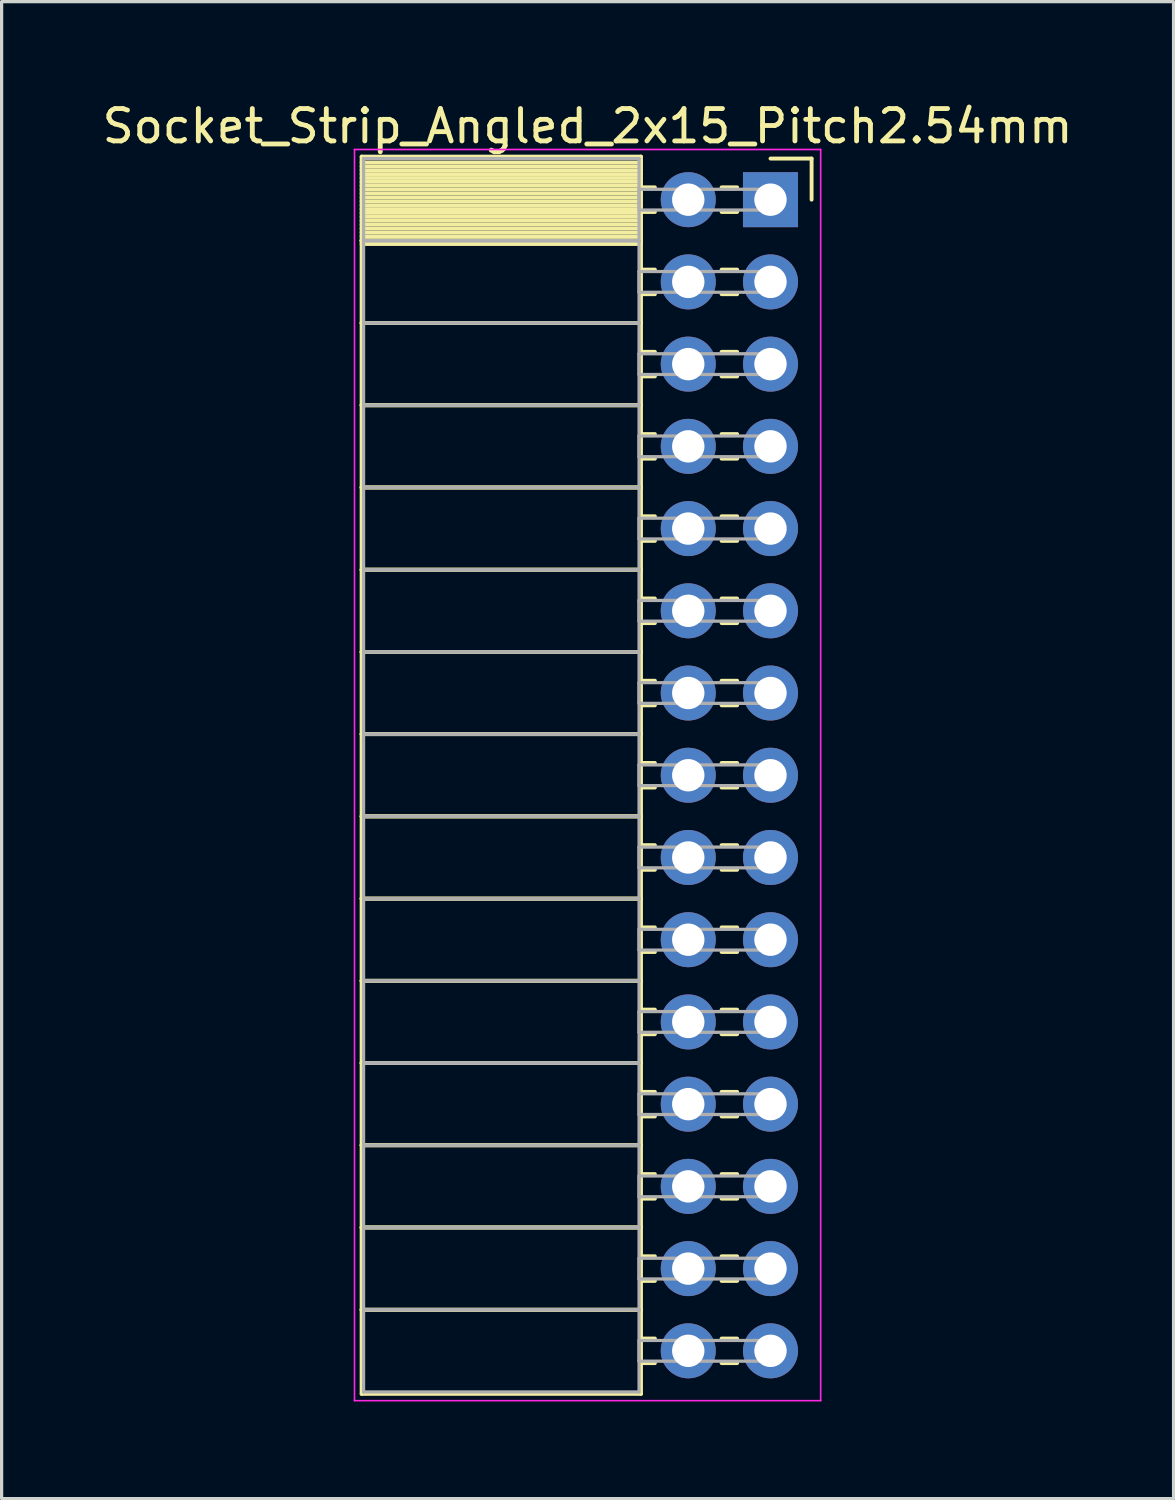
<source format=kicad_pcb>
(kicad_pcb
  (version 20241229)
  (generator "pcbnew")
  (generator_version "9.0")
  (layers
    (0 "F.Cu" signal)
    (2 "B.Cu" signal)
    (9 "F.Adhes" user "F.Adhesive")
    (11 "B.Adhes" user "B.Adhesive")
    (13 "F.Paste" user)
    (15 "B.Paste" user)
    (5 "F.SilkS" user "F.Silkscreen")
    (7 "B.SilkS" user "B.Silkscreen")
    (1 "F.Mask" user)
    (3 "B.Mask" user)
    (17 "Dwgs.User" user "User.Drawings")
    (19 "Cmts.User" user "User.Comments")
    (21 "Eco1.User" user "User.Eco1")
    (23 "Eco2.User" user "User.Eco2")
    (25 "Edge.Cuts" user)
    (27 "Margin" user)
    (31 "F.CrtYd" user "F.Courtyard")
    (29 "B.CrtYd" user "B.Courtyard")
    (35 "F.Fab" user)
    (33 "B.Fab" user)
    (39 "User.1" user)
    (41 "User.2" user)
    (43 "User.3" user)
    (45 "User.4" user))
  (footprint "Socket_Strip_Angled_2x15_Pitch2.54mm"
    (layer "F.Cu")
    (at 20.751 3.118)
    (property "Reference" "Socket_Strip_Angled_2x15_Pitch2.54mm" (at -5.65 -2.27 0) (layer "F.SilkS") (effects (font (size 1 1) (thickness 0.15))))
    (attr through_hole)
    (fp_line (start -12.63 -1.33) (end -4 -1.33) (stroke (width 0.12) (type solid)) (layer "F.SilkS"))
    (fp_line (start -12.63 1.27) (end -12.63 -1.33) (stroke (width 0.12) (type solid)) (layer "F.SilkS"))
    (fp_line (start -12.63 1.27) (end -4 1.27) (stroke (width 0.12) (type solid)) (layer "F.SilkS"))
    (fp_line (start -12.63 3.81) (end -12.63 1.27) (stroke (width 0.12) (type solid)) (layer "F.SilkS"))
    (fp_line (start -12.63 3.81) (end -4 3.81) (stroke (width 0.12) (type solid)) (layer "F.SilkS"))
    (fp_line (start -12.63 6.35) (end -12.63 3.81) (stroke (width 0.12) (type solid)) (layer "F.SilkS"))
    (fp_line (start -12.63 6.35) (end -4 6.35) (stroke (width 0.12) (type solid)) (layer "F.SilkS"))
    (fp_line (start -12.63 8.89) (end -12.63 6.35) (stroke (width 0.12) (type solid)) (layer "F.SilkS"))
    (fp_line (start -12.63 8.89) (end -4 8.89) (stroke (width 0.12) (type solid)) (layer "F.SilkS"))
    (fp_line (start -12.63 11.43) (end -12.63 8.89) (stroke (width 0.12) (type solid)) (layer "F.SilkS"))
    (fp_line (start -12.63 11.43) (end -4 11.43) (stroke (width 0.12) (type solid)) (layer "F.SilkS"))
    (fp_line (start -12.63 13.97) (end -12.63 11.43) (stroke (width 0.12) (type solid)) (layer "F.SilkS"))
    (fp_line (start -12.63 13.97) (end -4 13.97) (stroke (width 0.12) (type solid)) (layer "F.SilkS"))
    (fp_line (start -12.63 16.51) (end -12.63 13.97) (stroke (width 0.12) (type solid)) (layer "F.SilkS"))
    (fp_line (start -12.63 16.51) (end -4 16.51) (stroke (width 0.12) (type solid)) (layer "F.SilkS"))
    (fp_line (start -12.63 19.05) (end -12.63 16.51) (stroke (width 0.12) (type solid)) (layer "F.SilkS"))
    (fp_line (start -12.63 19.05) (end -4 19.05) (stroke (width 0.12) (type solid)) (layer "F.SilkS"))
    (fp_line (start -12.63 21.59) (end -12.63 19.05) (stroke (width 0.12) (type solid)) (layer "F.SilkS"))
    (fp_line (start -12.63 21.59) (end -4 21.59) (stroke (width 0.12) (type solid)) (layer "F.SilkS"))
    (fp_line (start -12.63 24.13) (end -12.63 21.59) (stroke (width 0.12) (type solid)) (layer "F.SilkS"))
    (fp_line (start -12.63 24.13) (end -4 24.13) (stroke (width 0.12) (type solid)) (layer "F.SilkS"))
    (fp_line (start -12.63 26.67) (end -12.63 24.13) (stroke (width 0.12) (type solid)) (layer "F.SilkS"))
    (fp_line (start -12.63 26.67) (end -4 26.67) (stroke (width 0.12) (type solid)) (layer "F.SilkS"))
    (fp_line (start -12.63 29.21) (end -12.63 26.67) (stroke (width 0.12) (type solid)) (layer "F.SilkS"))
    (fp_line (start -12.63 29.21) (end -4 29.21) (stroke (width 0.12) (type solid)) (layer "F.SilkS"))
    (fp_line (start -12.63 31.75) (end -12.63 29.21) (stroke (width 0.12) (type solid)) (layer "F.SilkS"))
    (fp_line (start -12.63 31.75) (end -4 31.75) (stroke (width 0.12) (type solid)) (layer "F.SilkS"))
    (fp_line (start -12.63 34.29) (end -12.63 31.75) (stroke (width 0.12) (type solid)) (layer "F.SilkS"))
    (fp_line (start -12.63 34.29) (end -4 34.29) (stroke (width 0.12) (type solid)) (layer "F.SilkS"))
    (fp_line (start -12.63 36.89) (end -12.63 34.29) (stroke (width 0.12) (type solid)) (layer "F.SilkS"))
    (fp_line (start -4 -1.33) (end -4 1.27) (stroke (width 0.12) (type solid)) (layer "F.SilkS"))
    (fp_line (start -4 -1.15) (end -12.63 -1.15) (stroke (width 0.12) (type solid)) (layer "F.SilkS"))
    (fp_line (start -4 -1.03) (end -12.63 -1.03) (stroke (width 0.12) (type solid)) (layer "F.SilkS"))
    (fp_line (start -4 -0.91) (end -12.63 -0.91) (stroke (width 0.12) (type solid)) (layer "F.SilkS"))
    (fp_line (start -4 -0.79) (end -12.63 -0.79) (stroke (width 0.12) (type solid)) (layer "F.SilkS"))
    (fp_line (start -4 -0.67) (end -12.63 -0.67) (stroke (width 0.12) (type solid)) (layer "F.SilkS"))
    (fp_line (start -4 -0.55) (end -12.63 -0.55) (stroke (width 0.12) (type solid)) (layer "F.SilkS"))
    (fp_line (start -4 -0.43) (end -12.63 -0.43) (stroke (width 0.12) (type solid)) (layer "F.SilkS"))
    (fp_line (start -4 -0.31) (end -12.63 -0.31) (stroke (width 0.12) (type solid)) (layer "F.SilkS"))
    (fp_line (start -4 -0.19) (end -12.63 -0.19) (stroke (width 0.12) (type solid)) (layer "F.SilkS"))
    (fp_line (start -4 -0.07) (end -12.63 -0.07) (stroke (width 0.12) (type solid)) (layer "F.SilkS"))
    (fp_line (start -4 0.05) (end -12.63 0.05) (stroke (width 0.12) (type solid)) (layer "F.SilkS"))
    (fp_line (start -4 0.17) (end -12.63 0.17) (stroke (width 0.12) (type solid)) (layer "F.SilkS"))
    (fp_line (start -4 0.29) (end -12.63 0.29) (stroke (width 0.12) (type solid)) (layer "F.SilkS"))
    (fp_line (start -4 0.41) (end -12.63 0.41) (stroke (width 0.12) (type solid)) (layer "F.SilkS"))
    (fp_line (start -4 0.53) (end -12.63 0.53) (stroke (width 0.12) (type solid)) (layer "F.SilkS"))
    (fp_line (start -4 0.65) (end -12.63 0.65) (stroke (width 0.12) (type solid)) (layer "F.SilkS"))
    (fp_line (start -4 0.77) (end -12.63 0.77) (stroke (width 0.12) (type solid)) (layer "F.SilkS"))
    (fp_line (start -4 0.89) (end -12.63 0.89) (stroke (width 0.12) (type solid)) (layer "F.SilkS"))
    (fp_line (start -4 1.01) (end -12.63 1.01) (stroke (width 0.12) (type solid)) (layer "F.SilkS"))
    (fp_line (start -4 1.13) (end -12.63 1.13) (stroke (width 0.12) (type solid)) (layer "F.SilkS"))
    (fp_line (start -4 1.25) (end -12.63 1.25) (stroke (width 0.12) (type solid)) (layer "F.SilkS"))
    (fp_line (start -4 1.27) (end -12.63 1.27) (stroke (width 0.12) (type solid)) (layer "F.SilkS"))
    (fp_line (start -4 1.27) (end -4 3.81) (stroke (width 0.12) (type solid)) (layer "F.SilkS"))
    (fp_line (start -4 1.37) (end -12.63 1.37) (stroke (width 0.12) (type solid)) (layer "F.SilkS"))
    (fp_line (start -4 3.81) (end -12.63 3.81) (stroke (width 0.12) (type solid)) (layer "F.SilkS"))
    (fp_line (start -4 3.81) (end -4 6.35) (stroke (width 0.12) (type solid)) (layer "F.SilkS"))
    (fp_line (start -4 6.35) (end -12.63 6.35) (stroke (width 0.12) (type solid)) (layer "F.SilkS"))
    (fp_line (start -4 6.35) (end -4 8.89) (stroke (width 0.12) (type solid)) (layer "F.SilkS"))
    (fp_line (start -4 8.89) (end -12.63 8.89) (stroke (width 0.12) (type solid)) (layer "F.SilkS"))
    (fp_line (start -4 8.89) (end -4 11.43) (stroke (width 0.12) (type solid)) (layer "F.SilkS"))
    (fp_line (start -4 11.43) (end -12.63 11.43) (stroke (width 0.12) (type solid)) (layer "F.SilkS"))
    (fp_line (start -4 11.43) (end -4 13.97) (stroke (width 0.12) (type solid)) (layer "F.SilkS"))
    (fp_line (start -4 13.97) (end -12.63 13.97) (stroke (width 0.12) (type solid)) (layer "F.SilkS"))
    (fp_line (start -4 13.97) (end -4 16.51) (stroke (width 0.12) (type solid)) (layer "F.SilkS"))
    (fp_line (start -4 16.51) (end -12.63 16.51) (stroke (width 0.12) (type solid)) (layer "F.SilkS"))
    (fp_line (start -4 16.51) (end -4 19.05) (stroke (width 0.12) (type solid)) (layer "F.SilkS"))
    (fp_line (start -4 19.05) (end -12.63 19.05) (stroke (width 0.12) (type solid)) (layer "F.SilkS"))
    (fp_line (start -4 19.05) (end -4 21.59) (stroke (width 0.12) (type solid)) (layer "F.SilkS"))
    (fp_line (start -4 21.59) (end -12.63 21.59) (stroke (width 0.12) (type solid)) (layer "F.SilkS"))
    (fp_line (start -4 21.59) (end -4 24.13) (stroke (width 0.12) (type solid)) (layer "F.SilkS"))
    (fp_line (start -4 24.13) (end -12.63 24.13) (stroke (width 0.12) (type solid)) (layer "F.SilkS"))
    (fp_line (start -4 24.13) (end -4 26.67) (stroke (width 0.12) (type solid)) (layer "F.SilkS"))
    (fp_line (start -4 26.67) (end -12.63 26.67) (stroke (width 0.12) (type solid)) (layer "F.SilkS"))
    (fp_line (start -4 26.67) (end -4 29.21) (stroke (width 0.12) (type solid)) (layer "F.SilkS"))
    (fp_line (start -4 29.21) (end -12.63 29.21) (stroke (width 0.12) (type solid)) (layer "F.SilkS"))
    (fp_line (start -4 29.21) (end -4 31.75) (stroke (width 0.12) (type solid)) (layer "F.SilkS"))
    (fp_line (start -4 31.75) (end -12.63 31.75) (stroke (width 0.12) (type solid)) (layer "F.SilkS"))
    (fp_line (start -4 31.75) (end -4 34.29) (stroke (width 0.12) (type solid)) (layer "F.SilkS"))
    (fp_line (start -4 34.29) (end -12.63 34.29) (stroke (width 0.12) (type solid)) (layer "F.SilkS"))
    (fp_line (start -4 34.29) (end -4 36.89) (stroke (width 0.12) (type solid)) (layer "F.SilkS"))
    (fp_line (start -4 36.89) (end -12.63 36.89) (stroke (width 0.12) (type solid)) (layer "F.SilkS"))
    (fp_line (start -3.57 -0.38) (end -4 -0.38) (stroke (width 0.12) (type solid)) (layer "F.SilkS"))
    (fp_line (start -3.57 0.38) (end -4 0.38) (stroke (width 0.12) (type solid)) (layer "F.SilkS"))
    (fp_line (start -3.57 2.16) (end -4 2.16) (stroke (width 0.12) (type solid)) (layer "F.SilkS"))
    (fp_line (start -3.57 2.92) (end -4 2.92) (stroke (width 0.12) (type solid)) (layer "F.SilkS"))
    (fp_line (start -3.57 4.7) (end -4 4.7) (stroke (width 0.12) (type solid)) (layer "F.SilkS"))
    (fp_line (start -3.57 5.46) (end -4 5.46) (stroke (width 0.12) (type solid)) (layer "F.SilkS"))
    (fp_line (start -3.57 7.24) (end -4 7.24) (stroke (width 0.12) (type solid)) (layer "F.SilkS"))
    (fp_line (start -3.57 8) (end -4 8) (stroke (width 0.12) (type solid)) (layer "F.SilkS"))
    (fp_line (start -3.57 9.78) (end -4 9.78) (stroke (width 0.12) (type solid)) (layer "F.SilkS"))
    (fp_line (start -3.57 10.54) (end -4 10.54) (stroke (width 0.12) (type solid)) (layer "F.SilkS"))
    (fp_line (start -3.57 12.32) (end -4 12.32) (stroke (width 0.12) (type solid)) (layer "F.SilkS"))
    (fp_line (start -3.57 13.08) (end -4 13.08) (stroke (width 0.12) (type solid)) (layer "F.SilkS"))
    (fp_line (start -3.57 14.86) (end -4 14.86) (stroke (width 0.12) (type solid)) (layer "F.SilkS"))
    (fp_line (start -3.57 15.62) (end -4 15.62) (stroke (width 0.12) (type solid)) (layer "F.SilkS"))
    (fp_line (start -3.57 17.4) (end -4 17.4) (stroke (width 0.12) (type solid)) (layer "F.SilkS"))
    (fp_line (start -3.57 18.16) (end -4 18.16) (stroke (width 0.12) (type solid)) (layer "F.SilkS"))
    (fp_line (start -3.57 19.94) (end -4 19.94) (stroke (width 0.12) (type solid)) (layer "F.SilkS"))
    (fp_line (start -3.57 20.7) (end -4 20.7) (stroke (width 0.12) (type solid)) (layer "F.SilkS"))
    (fp_line (start -3.57 22.48) (end -4 22.48) (stroke (width 0.12) (type solid)) (layer "F.SilkS"))
    (fp_line (start -3.57 23.24) (end -4 23.24) (stroke (width 0.12) (type solid)) (layer "F.SilkS"))
    (fp_line (start -3.57 25.02) (end -4 25.02) (stroke (width 0.12) (type solid)) (layer "F.SilkS"))
    (fp_line (start -3.57 25.78) (end -4 25.78) (stroke (width 0.12) (type solid)) (layer "F.SilkS"))
    (fp_line (start -3.57 27.56) (end -4 27.56) (stroke (width 0.12) (type solid)) (layer "F.SilkS"))
    (fp_line (start -3.57 28.32) (end -4 28.32) (stroke (width 0.12) (type solid)) (layer "F.SilkS"))
    (fp_line (start -3.57 30.1) (end -4 30.1) (stroke (width 0.12) (type solid)) (layer "F.SilkS"))
    (fp_line (start -3.57 30.86) (end -4 30.86) (stroke (width 0.12) (type solid)) (layer "F.SilkS"))
    (fp_line (start -3.57 32.64) (end -4 32.64) (stroke (width 0.12) (type solid)) (layer "F.SilkS"))
    (fp_line (start -3.57 33.4) (end -4 33.4) (stroke (width 0.12) (type solid)) (layer "F.SilkS"))
    (fp_line (start -3.57 35.18) (end -4 35.18) (stroke (width 0.12) (type solid)) (layer "F.SilkS"))
    (fp_line (start -3.57 35.94) (end -4 35.94) (stroke (width 0.12) (type solid)) (layer "F.SilkS"))
    (fp_line (start -1.03 -0.38) (end -1.51 -0.38) (stroke (width 0.12) (type solid)) (layer "F.SilkS"))
    (fp_line (start -1.03 0.38) (end -1.51 0.38) (stroke (width 0.12) (type solid)) (layer "F.SilkS"))
    (fp_line (start -1.03 2.16) (end -1.51 2.16) (stroke (width 0.12) (type solid)) (layer "F.SilkS"))
    (fp_line (start -1.03 2.92) (end -1.51 2.92) (stroke (width 0.12) (type solid)) (layer "F.SilkS"))
    (fp_line (start -1.03 4.7) (end -1.51 4.7) (stroke (width 0.12) (type solid)) (layer "F.SilkS"))
    (fp_line (start -1.03 5.46) (end -1.51 5.46) (stroke (width 0.12) (type solid)) (layer "F.SilkS"))
    (fp_line (start -1.03 7.24) (end -1.51 7.24) (stroke (width 0.12) (type solid)) (layer "F.SilkS"))
    (fp_line (start -1.03 8) (end -1.51 8) (stroke (width 0.12) (type solid)) (layer "F.SilkS"))
    (fp_line (start -1.03 9.78) (end -1.51 9.78) (stroke (width 0.12) (type solid)) (layer "F.SilkS"))
    (fp_line (start -1.03 10.54) (end -1.51 10.54) (stroke (width 0.12) (type solid)) (layer "F.SilkS"))
    (fp_line (start -1.03 12.32) (end -1.51 12.32) (stroke (width 0.12) (type solid)) (layer "F.SilkS"))
    (fp_line (start -1.03 13.08) (end -1.51 13.08) (stroke (width 0.12) (type solid)) (layer "F.SilkS"))
    (fp_line (start -1.03 14.86) (end -1.51 14.86) (stroke (width 0.12) (type solid)) (layer "F.SilkS"))
    (fp_line (start -1.03 15.62) (end -1.51 15.62) (stroke (width 0.12) (type solid)) (layer "F.SilkS"))
    (fp_line (start -1.03 17.4) (end -1.51 17.4) (stroke (width 0.12) (type solid)) (layer "F.SilkS"))
    (fp_line (start -1.03 18.16) (end -1.51 18.16) (stroke (width 0.12) (type solid)) (layer "F.SilkS"))
    (fp_line (start -1.03 19.94) (end -1.51 19.94) (stroke (width 0.12) (type solid)) (layer "F.SilkS"))
    (fp_line (start -1.03 20.7) (end -1.51 20.7) (stroke (width 0.12) (type solid)) (layer "F.SilkS"))
    (fp_line (start -1.03 22.48) (end -1.51 22.48) (stroke (width 0.12) (type solid)) (layer "F.SilkS"))
    (fp_line (start -1.03 23.24) (end -1.51 23.24) (stroke (width 0.12) (type solid)) (layer "F.SilkS"))
    (fp_line (start -1.03 25.02) (end -1.51 25.02) (stroke (width 0.12) (type solid)) (layer "F.SilkS"))
    (fp_line (start -1.03 25.78) (end -1.51 25.78) (stroke (width 0.12) (type solid)) (layer "F.SilkS"))
    (fp_line (start -1.03 27.56) (end -1.51 27.56) (stroke (width 0.12) (type solid)) (layer "F.SilkS"))
    (fp_line (start -1.03 28.32) (end -1.51 28.32) (stroke (width 0.12) (type solid)) (layer "F.SilkS"))
    (fp_line (start -1.03 30.1) (end -1.51 30.1) (stroke (width 0.12) (type solid)) (layer "F.SilkS"))
    (fp_line (start -1.03 30.86) (end -1.51 30.86) (stroke (width 0.12) (type solid)) (layer "F.SilkS"))
    (fp_line (start -1.03 32.64) (end -1.51 32.64) (stroke (width 0.12) (type solid)) (layer "F.SilkS"))
    (fp_line (start -1.03 33.4) (end -1.51 33.4) (stroke (width 0.12) (type solid)) (layer "F.SilkS"))
    (fp_line (start -1.03 35.18) (end -1.51 35.18) (stroke (width 0.12) (type solid)) (layer "F.SilkS"))
    (fp_line (start -1.03 35.94) (end -1.51 35.94) (stroke (width 0.12) (type solid)) (layer "F.SilkS"))
    (fp_line (start 0 -1.27) (end 1.27 -1.27) (stroke (width 0.12) (type solid)) (layer "F.SilkS"))
    (fp_line (start 1.27 -1.27) (end 1.27 0) (stroke (width 0.12) (type solid)) (layer "F.SilkS"))
    (fp_line (start -12.85 -1.55) (end 1.55 -1.55) (stroke (width 0.05) (type solid)) (layer "F.CrtYd"))
    (fp_line (start -12.85 37.1) (end -12.85 -1.55) (stroke (width 0.05) (type solid)) (layer "F.CrtYd"))
    (fp_line (start 1.55 -1.55) (end 1.55 37.1) (stroke (width 0.05) (type solid)) (layer "F.CrtYd"))
    (fp_line (start 1.55 37.1) (end -12.85 37.1) (stroke (width 0.05) (type solid)) (layer "F.CrtYd"))
    (fp_line (start -12.57 -1.27) (end -4.06 -1.27) (stroke (width 0.1) (type solid)) (layer "F.Fab"))
    (fp_line (start -12.57 1.27) (end -12.57 -1.27) (stroke (width 0.1) (type solid)) (layer "F.Fab"))
    (fp_line (start -12.57 1.27) (end -4.06 1.27) (stroke (width 0.1) (type solid)) (layer "F.Fab"))
    (fp_line (start -12.57 3.81) (end -12.57 1.27) (stroke (width 0.1) (type solid)) (layer "F.Fab"))
    (fp_line (start -12.57 3.81) (end -4.06 3.81) (stroke (width 0.1) (type solid)) (layer "F.Fab"))
    (fp_line (start -12.57 6.35) (end -12.57 3.81) (stroke (width 0.1) (type solid)) (layer "F.Fab"))
    (fp_line (start -12.57 6.35) (end -4.06 6.35) (stroke (width 0.1) (type solid)) (layer "F.Fab"))
    (fp_line (start -12.57 8.89) (end -12.57 6.35) (stroke (width 0.1) (type solid)) (layer "F.Fab"))
    (fp_line (start -12.57 8.89) (end -4.06 8.89) (stroke (width 0.1) (type solid)) (layer "F.Fab"))
    (fp_line (start -12.57 11.43) (end -12.57 8.89) (stroke (width 0.1) (type solid)) (layer "F.Fab"))
    (fp_line (start -12.57 11.43) (end -4.06 11.43) (stroke (width 0.1) (type solid)) (layer "F.Fab"))
    (fp_line (start -12.57 13.97) (end -12.57 11.43) (stroke (width 0.1) (type solid)) (layer "F.Fab"))
    (fp_line (start -12.57 13.97) (end -4.06 13.97) (stroke (width 0.1) (type solid)) (layer "F.Fab"))
    (fp_line (start -12.57 16.51) (end -12.57 13.97) (stroke (width 0.1) (type solid)) (layer "F.Fab"))
    (fp_line (start -12.57 16.51) (end -4.06 16.51) (stroke (width 0.1) (type solid)) (layer "F.Fab"))
    (fp_line (start -12.57 19.05) (end -12.57 16.51) (stroke (width 0.1) (type solid)) (layer "F.Fab"))
    (fp_line (start -12.57 19.05) (end -4.06 19.05) (stroke (width 0.1) (type solid)) (layer "F.Fab"))
    (fp_line (start -12.57 21.59) (end -12.57 19.05) (stroke (width 0.1) (type solid)) (layer "F.Fab"))
    (fp_line (start -12.57 21.59) (end -4.06 21.59) (stroke (width 0.1) (type solid)) (layer "F.Fab"))
    (fp_line (start -12.57 24.13) (end -12.57 21.59) (stroke (width 0.1) (type solid)) (layer "F.Fab"))
    (fp_line (start -12.57 24.13) (end -4.06 24.13) (stroke (width 0.1) (type solid)) (layer "F.Fab"))
    (fp_line (start -12.57 26.67) (end -12.57 24.13) (stroke (width 0.1) (type solid)) (layer "F.Fab"))
    (fp_line (start -12.57 26.67) (end -4.06 26.67) (stroke (width 0.1) (type solid)) (layer "F.Fab"))
    (fp_line (start -12.57 29.21) (end -12.57 26.67) (stroke (width 0.1) (type solid)) (layer "F.Fab"))
    (fp_line (start -12.57 29.21) (end -4.06 29.21) (stroke (width 0.1) (type solid)) (layer "F.Fab"))
    (fp_line (start -12.57 31.75) (end -12.57 29.21) (stroke (width 0.1) (type solid)) (layer "F.Fab"))
    (fp_line (start -12.57 31.75) (end -4.06 31.75) (stroke (width 0.1) (type solid)) (layer "F.Fab"))
    (fp_line (start -12.57 34.29) (end -12.57 31.75) (stroke (width 0.1) (type solid)) (layer "F.Fab"))
    (fp_line (start -12.57 34.29) (end -4.06 34.29) (stroke (width 0.1) (type solid)) (layer "F.Fab"))
    (fp_line (start -12.57 36.83) (end -12.57 34.29) (stroke (width 0.1) (type solid)) (layer "F.Fab"))
    (fp_line (start -4.06 -1.27) (end -4.06 1.27) (stroke (width 0.1) (type solid)) (layer "F.Fab"))
    (fp_line (start -4.06 -0.32) (end 0 -0.32) (stroke (width 0.1) (type solid)) (layer "F.Fab"))
    (fp_line (start -4.06 0.32) (end -4.06 -0.32) (stroke (width 0.1) (type solid)) (layer "F.Fab"))
    (fp_line (start -4.06 1.27) (end -12.57 1.27) (stroke (width 0.1) (type solid)) (layer "F.Fab"))
    (fp_line (start -4.06 1.27) (end -4.06 3.81) (stroke (width 0.1) (type solid)) (layer "F.Fab"))
    (fp_line (start -4.06 2.22) (end 0 2.22) (stroke (width 0.1) (type solid)) (layer "F.Fab"))
    (fp_line (start -4.06 2.86) (end -4.06 2.22) (stroke (width 0.1) (type solid)) (layer "F.Fab"))
    (fp_line (start -4.06 3.81) (end -12.57 3.81) (stroke (width 0.1) (type solid)) (layer "F.Fab"))
    (fp_line (start -4.06 3.81) (end -4.06 6.35) (stroke (width 0.1) (type solid)) (layer "F.Fab"))
    (fp_line (start -4.06 4.76) (end 0 4.76) (stroke (width 0.1) (type solid)) (layer "F.Fab"))
    (fp_line (start -4.06 5.4) (end -4.06 4.76) (stroke (width 0.1) (type solid)) (layer "F.Fab"))
    (fp_line (start -4.06 6.35) (end -12.57 6.35) (stroke (width 0.1) (type solid)) (layer "F.Fab"))
    (fp_line (start -4.06 6.35) (end -4.06 8.89) (stroke (width 0.1) (type solid)) (layer "F.Fab"))
    (fp_line (start -4.06 7.3) (end 0 7.3) (stroke (width 0.1) (type solid)) (layer "F.Fab"))
    (fp_line (start -4.06 7.94) (end -4.06 7.3) (stroke (width 0.1) (type solid)) (layer "F.Fab"))
    (fp_line (start -4.06 8.89) (end -12.57 8.89) (stroke (width 0.1) (type solid)) (layer "F.Fab"))
    (fp_line (start -4.06 8.89) (end -4.06 11.43) (stroke (width 0.1) (type solid)) (layer "F.Fab"))
    (fp_line (start -4.06 9.84) (end 0 9.84) (stroke (width 0.1) (type solid)) (layer "F.Fab"))
    (fp_line (start -4.06 10.48) (end -4.06 9.84) (stroke (width 0.1) (type solid)) (layer "F.Fab"))
    (fp_line (start -4.06 11.43) (end -12.57 11.43) (stroke (width 0.1) (type solid)) (layer "F.Fab"))
    (fp_line (start -4.06 11.43) (end -4.06 13.97) (stroke (width 0.1) (type solid)) (layer "F.Fab"))
    (fp_line (start -4.06 12.38) (end 0 12.38) (stroke (width 0.1) (type solid)) (layer "F.Fab"))
    (fp_line (start -4.06 13.02) (end -4.06 12.38) (stroke (width 0.1) (type solid)) (layer "F.Fab"))
    (fp_line (start -4.06 13.97) (end -12.57 13.97) (stroke (width 0.1) (type solid)) (layer "F.Fab"))
    (fp_line (start -4.06 13.97) (end -4.06 16.51) (stroke (width 0.1) (type solid)) (layer "F.Fab"))
    (fp_line (start -4.06 14.92) (end 0 14.92) (stroke (width 0.1) (type solid)) (layer "F.Fab"))
    (fp_line (start -4.06 15.56) (end -4.06 14.92) (stroke (width 0.1) (type solid)) (layer "F.Fab"))
    (fp_line (start -4.06 16.51) (end -12.57 16.51) (stroke (width 0.1) (type solid)) (layer "F.Fab"))
    (fp_line (start -4.06 16.51) (end -4.06 19.05) (stroke (width 0.1) (type solid)) (layer "F.Fab"))
    (fp_line (start -4.06 17.46) (end 0 17.46) (stroke (width 0.1) (type solid)) (layer "F.Fab"))
    (fp_line (start -4.06 18.1) (end -4.06 17.46) (stroke (width 0.1) (type solid)) (layer "F.Fab"))
    (fp_line (start -4.06 19.05) (end -12.57 19.05) (stroke (width 0.1) (type solid)) (layer "F.Fab"))
    (fp_line (start -4.06 19.05) (end -4.06 21.59) (stroke (width 0.1) (type solid)) (layer "F.Fab"))
    (fp_line (start -4.06 20) (end 0 20) (stroke (width 0.1) (type solid)) (layer "F.Fab"))
    (fp_line (start -4.06 20.64) (end -4.06 20) (stroke (width 0.1) (type solid)) (layer "F.Fab"))
    (fp_line (start -4.06 21.59) (end -12.57 21.59) (stroke (width 0.1) (type solid)) (layer "F.Fab"))
    (fp_line (start -4.06 21.59) (end -4.06 24.13) (stroke (width 0.1) (type solid)) (layer "F.Fab"))
    (fp_line (start -4.06 22.54) (end 0 22.54) (stroke (width 0.1) (type solid)) (layer "F.Fab"))
    (fp_line (start -4.06 23.18) (end -4.06 22.54) (stroke (width 0.1) (type solid)) (layer "F.Fab"))
    (fp_line (start -4.06 24.13) (end -12.57 24.13) (stroke (width 0.1) (type solid)) (layer "F.Fab"))
    (fp_line (start -4.06 24.13) (end -4.06 26.67) (stroke (width 0.1) (type solid)) (layer "F.Fab"))
    (fp_line (start -4.06 25.08) (end 0 25.08) (stroke (width 0.1) (type solid)) (layer "F.Fab"))
    (fp_line (start -4.06 25.72) (end -4.06 25.08) (stroke (width 0.1) (type solid)) (layer "F.Fab"))
    (fp_line (start -4.06 26.67) (end -12.57 26.67) (stroke (width 0.1) (type solid)) (layer "F.Fab"))
    (fp_line (start -4.06 26.67) (end -4.06 29.21) (stroke (width 0.1) (type solid)) (layer "F.Fab"))
    (fp_line (start -4.06 27.62) (end 0 27.62) (stroke (width 0.1) (type solid)) (layer "F.Fab"))
    (fp_line (start -4.06 28.26) (end -4.06 27.62) (stroke (width 0.1) (type solid)) (layer "F.Fab"))
    (fp_line (start -4.06 29.21) (end -12.57 29.21) (stroke (width 0.1) (type solid)) (layer "F.Fab"))
    (fp_line (start -4.06 29.21) (end -4.06 31.75) (stroke (width 0.1) (type solid)) (layer "F.Fab"))
    (fp_line (start -4.06 30.16) (end 0 30.16) (stroke (width 0.1) (type solid)) (layer "F.Fab"))
    (fp_line (start -4.06 30.8) (end -4.06 30.16) (stroke (width 0.1) (type solid)) (layer "F.Fab"))
    (fp_line (start -4.06 31.75) (end -12.57 31.75) (stroke (width 0.1) (type solid)) (layer "F.Fab"))
    (fp_line (start -4.06 31.75) (end -4.06 34.29) (stroke (width 0.1) (type solid)) (layer "F.Fab"))
    (fp_line (start -4.06 32.7) (end 0 32.7) (stroke (width 0.1) (type solid)) (layer "F.Fab"))
    (fp_line (start -4.06 33.34) (end -4.06 32.7) (stroke (width 0.1) (type solid)) (layer "F.Fab"))
    (fp_line (start -4.06 34.29) (end -12.57 34.29) (stroke (width 0.1) (type solid)) (layer "F.Fab"))
    (fp_line (start -4.06 34.29) (end -4.06 36.83) (stroke (width 0.1) (type solid)) (layer "F.Fab"))
    (fp_line (start -4.06 35.24) (end 0 35.24) (stroke (width 0.1) (type solid)) (layer "F.Fab"))
    (fp_line (start -4.06 35.88) (end -4.06 35.24) (stroke (width 0.1) (type solid)) (layer "F.Fab"))
    (fp_line (start -4.06 36.83) (end -12.57 36.83) (stroke (width 0.1) (type solid)) (layer "F.Fab"))
    (fp_line (start 0 -0.32) (end 0 0.32) (stroke (width 0.1) (type solid)) (layer "F.Fab"))
    (fp_line (start 0 0.32) (end -4.06 0.32) (stroke (width 0.1) (type solid)) (layer "F.Fab"))
    (fp_line (start 0 2.22) (end 0 2.86) (stroke (width 0.1) (type solid)) (layer "F.Fab"))
    (fp_line (start 0 2.86) (end -4.06 2.86) (stroke (width 0.1) (type solid)) (layer "F.Fab"))
    (fp_line (start 0 4.76) (end 0 5.4) (stroke (width 0.1) (type solid)) (layer "F.Fab"))
    (fp_line (start 0 5.4) (end -4.06 5.4) (stroke (width 0.1) (type solid)) (layer "F.Fab"))
    (fp_line (start 0 7.3) (end 0 7.94) (stroke (width 0.1) (type solid)) (layer "F.Fab"))
    (fp_line (start 0 7.94) (end -4.06 7.94) (stroke (width 0.1) (type solid)) (layer "F.Fab"))
    (fp_line (start 0 9.84) (end 0 10.48) (stroke (width 0.1) (type solid)) (layer "F.Fab"))
    (fp_line (start 0 10.48) (end -4.06 10.48) (stroke (width 0.1) (type solid)) (layer "F.Fab"))
    (fp_line (start 0 12.38) (end 0 13.02) (stroke (width 0.1) (type solid)) (layer "F.Fab"))
    (fp_line (start 0 13.02) (end -4.06 13.02) (stroke (width 0.1) (type solid)) (layer "F.Fab"))
    (fp_line (start 0 14.92) (end 0 15.56) (stroke (width 0.1) (type solid)) (layer "F.Fab"))
    (fp_line (start 0 15.56) (end -4.06 15.56) (stroke (width 0.1) (type solid)) (layer "F.Fab"))
    (fp_line (start 0 17.46) (end 0 18.1) (stroke (width 0.1) (type solid)) (layer "F.Fab"))
    (fp_line (start 0 18.1) (end -4.06 18.1) (stroke (width 0.1) (type solid)) (layer "F.Fab"))
    (fp_line (start 0 20) (end 0 20.64) (stroke (width 0.1) (type solid)) (layer "F.Fab"))
    (fp_line (start 0 20.64) (end -4.06 20.64) (stroke (width 0.1) (type solid)) (layer "F.Fab"))
    (fp_line (start 0 22.54) (end 0 23.18) (stroke (width 0.1) (type solid)) (layer "F.Fab"))
    (fp_line (start 0 23.18) (end -4.06 23.18) (stroke (width 0.1) (type solid)) (layer "F.Fab"))
    (fp_line (start 0 25.08) (end 0 25.72) (stroke (width 0.1) (type solid)) (layer "F.Fab"))
    (fp_line (start 0 25.72) (end -4.06 25.72) (stroke (width 0.1) (type solid)) (layer "F.Fab"))
    (fp_line (start 0 27.62) (end 0 28.26) (stroke (width 0.1) (type solid)) (layer "F.Fab"))
    (fp_line (start 0 28.26) (end -4.06 28.26) (stroke (width 0.1) (type solid)) (layer "F.Fab"))
    (fp_line (start 0 30.16) (end 0 30.8) (stroke (width 0.1) (type solid)) (layer "F.Fab"))
    (fp_line (start 0 30.8) (end -4.06 30.8) (stroke (width 0.1) (type solid)) (layer "F.Fab"))
    (fp_line (start 0 32.7) (end 0 33.34) (stroke (width 0.1) (type solid)) (layer "F.Fab"))
    (fp_line (start 0 33.34) (end -4.06 33.34) (stroke (width 0.1) (type solid)) (layer "F.Fab"))
    (fp_line (start 0 35.24) (end 0 35.88) (stroke (width 0.1) (type solid)) (layer "F.Fab"))
    (fp_line (start 0 35.88) (end -4.06 35.88) (stroke (width 0.1) (type solid)) (layer "F.Fab"))
    (pad "1" thru_hole rect (at 0 0) (size 1.7 1.7) (drill 1) (layers "*.Cu" "*.Mask"))
    (pad "2" thru_hole oval (at -2.54 0) (size 1.7 1.7) (drill 1) (layers "*.Cu" "*.Mask"))
    (pad "3" thru_hole oval (at 0 2.54) (size 1.7 1.7) (drill 1) (layers "*.Cu" "*.Mask"))
    (pad "4" thru_hole oval (at -2.54 2.54) (size 1.7 1.7) (drill 1) (layers "*.Cu" "*.Mask"))
    (pad "5" thru_hole oval (at 0 5.08) (size 1.7 1.7) (drill 1) (layers "*.Cu" "*.Mask"))
    (pad "6" thru_hole oval (at -2.54 5.08) (size 1.7 1.7) (drill 1) (layers "*.Cu" "*.Mask"))
    (pad "7" thru_hole oval (at 0 7.62) (size 1.7 1.7) (drill 1) (layers "*.Cu" "*.Mask"))
    (pad "8" thru_hole oval (at -2.54 7.62) (size 1.7 1.7) (drill 1) (layers "*.Cu" "*.Mask"))
    (pad "9" thru_hole oval (at 0 10.16) (size 1.7 1.7) (drill 1) (layers "*.Cu" "*.Mask"))
    (pad "10" thru_hole oval (at -2.54 10.16) (size 1.7 1.7) (drill 1) (layers "*.Cu" "*.Mask"))
    (pad "11" thru_hole oval (at 0 12.7) (size 1.7 1.7) (drill 1) (layers "*.Cu" "*.Mask"))
    (pad "12" thru_hole oval (at -2.54 12.7) (size 1.7 1.7) (drill 1) (layers "*.Cu" "*.Mask"))
    (pad "13" thru_hole oval (at 0 15.24) (size 1.7 1.7) (drill 1) (layers "*.Cu" "*.Mask"))
    (pad "14" thru_hole oval (at -2.54 15.24) (size 1.7 1.7) (drill 1) (layers "*.Cu" "*.Mask"))
    (pad "15" thru_hole oval (at 0 17.78) (size 1.7 1.7) (drill 1) (layers "*.Cu" "*.Mask"))
    (pad "16" thru_hole oval (at -2.54 17.78) (size 1.7 1.7) (drill 1) (layers "*.Cu" "*.Mask"))
    (pad "17" thru_hole oval (at 0 20.32) (size 1.7 1.7) (drill 1) (layers "*.Cu" "*.Mask"))
    (pad "18" thru_hole oval (at -2.54 20.32) (size 1.7 1.7) (drill 1) (layers "*.Cu" "*.Mask"))
    (pad "19" thru_hole oval (at 0 22.86) (size 1.7 1.7) (drill 1) (layers "*.Cu" "*.Mask"))
    (pad "20" thru_hole oval (at -2.54 22.86) (size 1.7 1.7) (drill 1) (layers "*.Cu" "*.Mask"))
    (pad "21" thru_hole oval (at 0 25.4) (size 1.7 1.7) (drill 1) (layers "*.Cu" "*.Mask"))
    (pad "22" thru_hole oval (at -2.54 25.4) (size 1.7 1.7) (drill 1) (layers "*.Cu" "*.Mask"))
    (pad "23" thru_hole oval (at 0 27.94) (size 1.7 1.7) (drill 1) (layers "*.Cu" "*.Mask"))
    (pad "24" thru_hole oval (at -2.54 27.94) (size 1.7 1.7) (drill 1) (layers "*.Cu" "*.Mask"))
    (pad "25" thru_hole oval (at 0 30.48) (size 1.7 1.7) (drill 1) (layers "*.Cu" "*.Mask"))
    (pad "26" thru_hole oval (at -2.54 30.48) (size 1.7 1.7) (drill 1) (layers "*.Cu" "*.Mask"))
    (pad "27" thru_hole oval (at 0 33.02) (size 1.7 1.7) (drill 1) (layers "*.Cu" "*.Mask"))
    (pad "28" thru_hole oval (at -2.54 33.02) (size 1.7 1.7) (drill 1) (layers "*.Cu" "*.Mask"))
    (pad "29" thru_hole oval (at 0 35.56) (size 1.7 1.7) (drill 1) (layers "*.Cu" "*.Mask"))
    (pad "30" thru_hole oval (at -2.54 35.56) (size 1.7 1.7) (drill 1) (layers "*.Cu" "*.Mask")))
  (gr_rect
    (start -3 -3)
    (end 33.202 43.243)
    (stroke (width 0.1) (type default))
    (fill no)
    (layer "Edge.Cuts")))
</source>
